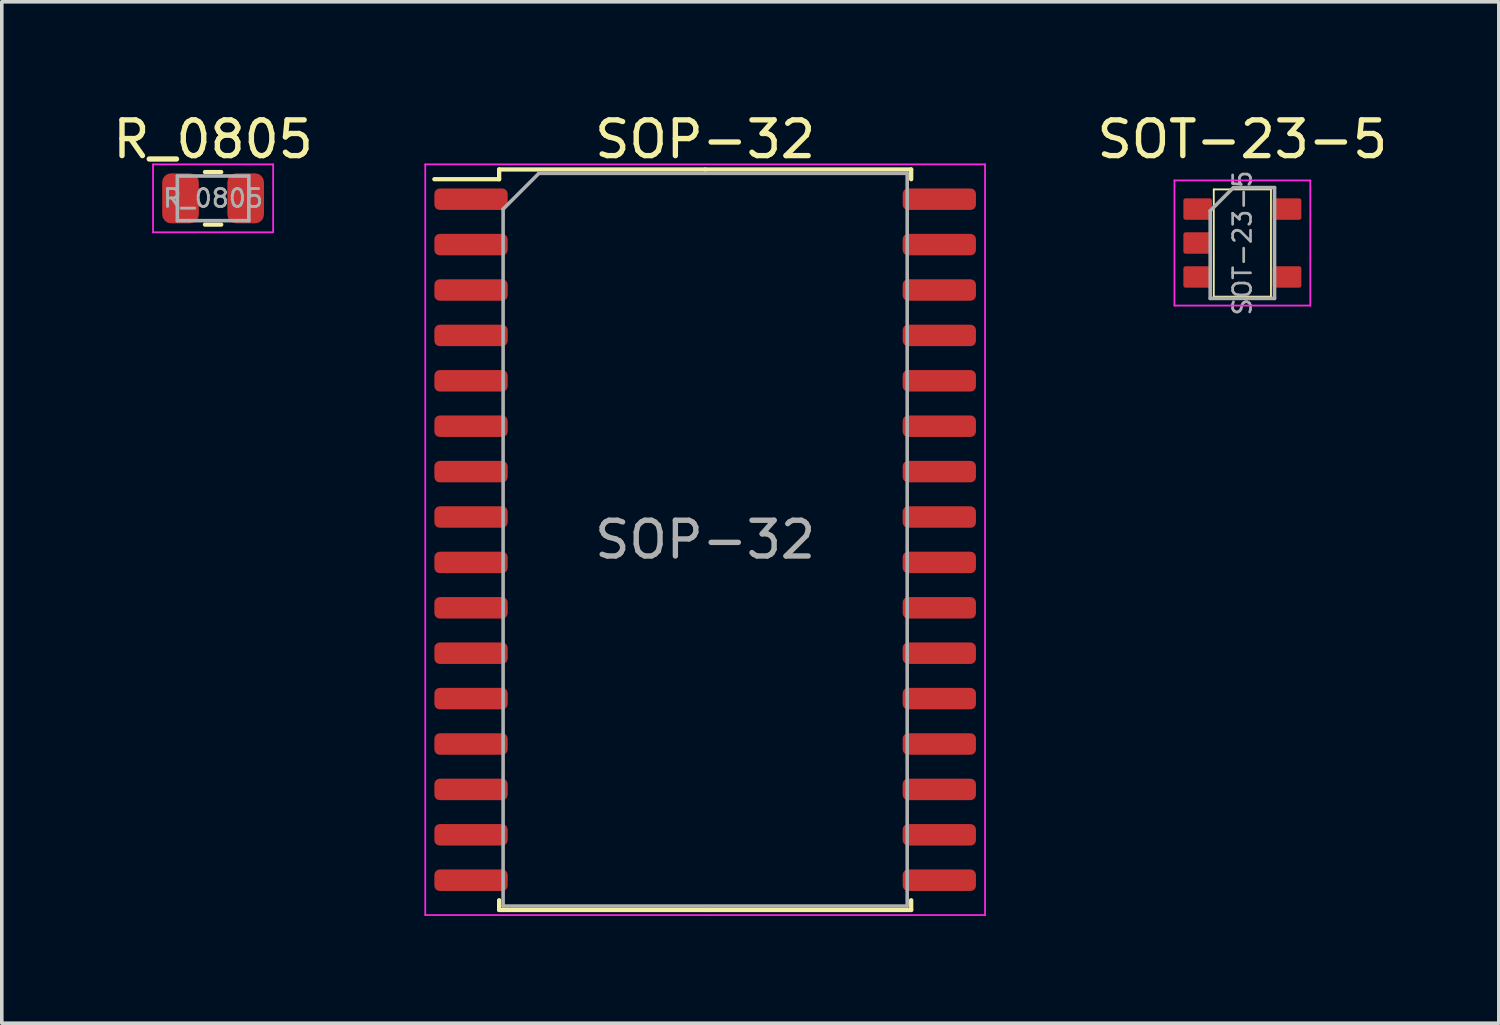
<source format=kicad_pcb>
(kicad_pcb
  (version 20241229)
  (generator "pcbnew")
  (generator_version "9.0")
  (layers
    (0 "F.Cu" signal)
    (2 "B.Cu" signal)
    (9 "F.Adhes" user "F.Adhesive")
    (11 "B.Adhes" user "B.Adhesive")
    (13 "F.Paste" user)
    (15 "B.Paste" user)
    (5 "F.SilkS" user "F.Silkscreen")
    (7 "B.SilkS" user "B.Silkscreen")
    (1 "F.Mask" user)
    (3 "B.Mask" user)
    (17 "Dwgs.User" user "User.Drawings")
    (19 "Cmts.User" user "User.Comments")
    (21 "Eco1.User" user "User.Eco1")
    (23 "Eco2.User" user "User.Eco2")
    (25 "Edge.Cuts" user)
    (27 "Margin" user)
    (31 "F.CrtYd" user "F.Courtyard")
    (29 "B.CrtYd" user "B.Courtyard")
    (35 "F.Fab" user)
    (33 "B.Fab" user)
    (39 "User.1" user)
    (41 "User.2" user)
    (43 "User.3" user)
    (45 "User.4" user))
  (footprint "SOT-23-5"
    (layer "F.Cu")
    (at 31.704 3.748)
    (property "Reference" "SOT-23-5" (at 0 -2.9 0) (layer "F.SilkS") (effects (font (size 1 1) (thickness 0.15))))
    (attr smd)
    (fp_line (start -0.8 -1.5) (end -0.8 1.5) (stroke (width 0.051) (type solid)) (layer "F.SilkS"))
    (fp_line (start -0.8 1.5) (end 0.8 1.5) (stroke (width 0.051) (type solid)) (layer "F.SilkS"))
    (fp_line (start 0.8 -1.5) (end -0.8 -1.5) (stroke (width 0.051) (type solid)) (layer "F.SilkS"))
    (fp_line (start 0.8 1.5) (end 0.8 -1.5) (stroke (width 0.051) (type solid)) (layer "F.SilkS"))
    (fp_line (start -1.9 -1.75) (end 1.9 -1.75) (stroke (width 0.05) (type solid)) (layer "F.CrtYd"))
    (fp_line (start -1.9 1.75) (end -1.9 -1.75) (stroke (width 0.05) (type solid)) (layer "F.CrtYd"))
    (fp_line (start 1.9 -1.75) (end 1.9 1.75) (stroke (width 0.05) (type solid)) (layer "F.CrtYd"))
    (fp_line (start 1.9 1.75) (end -1.9 1.75) (stroke (width 0.05) (type solid)) (layer "F.CrtYd"))
    (fp_line (start -0.9 -0.9) (end -0.9 1.55) (stroke (width 0.1) (type solid)) (layer "F.Fab"))
    (fp_line (start -0.9 -0.9) (end -0.25 -1.55) (stroke (width 0.1) (type solid)) (layer "F.Fab"))
    (fp_line (start 0.9 -1.55) (end -0.25 -1.55) (stroke (width 0.1) (type solid)) (layer "F.Fab"))
    (fp_line (start 0.9 -1.55) (end 0.9 1.55) (stroke (width 0.1) (type solid)) (layer "F.Fab"))
    (fp_line (start 0.9 1.55) (end -0.9 1.55) (stroke (width 0.1) (type solid)) (layer "F.Fab"))
    (fp_text user "${REFERENCE}" (at 0 0 90) (layer "F.Fab") (effects (font (size 0.5 0.5) (thickness 0.075))))
    (pad "1" smd roundrect (at -1.25 -0.95) (size 0.8 0.6) (layers "F.Cu" "F.Mask" "F.Paste") (roundrect_rratio 0.1))
    (pad "2" smd roundrect (at -1.25 0) (size 0.8 0.6) (layers "F.Cu" "F.Mask" "F.Paste") (roundrect_rratio 0.1))
    (pad "3" smd roundrect (at -1.25 0.95) (size 0.8 0.6) (layers "F.Cu" "F.Mask" "F.Paste") (roundrect_rratio 0.1))
    (pad "4" smd roundrect (at 1.25 0.95) (size 0.8 0.6) (layers "F.Cu" "F.Mask" "F.Paste") (roundrect_rratio 0.1))
    (pad "5" smd roundrect (at 1.25 -0.95) (size 0.8 0.6) (layers "F.Cu" "F.Mask" "F.Paste") (roundrect_rratio 0.1)))
  (footprint "R_0805"
    (layer "F.Cu")
    (at 2.911 2.498)
    (property "Reference" "R_0805" (at 0 -1.65 0) (layer "F.SilkS") (effects (font (size 1 1) (thickness 0.15))))
    (attr smd)
    (fp_line (start -0.227 -0.735) (end 0.227 -0.735) (stroke (width 0.12) (type solid)) (layer "F.SilkS"))
    (fp_line (start -0.227 0.735) (end 0.227 0.735) (stroke (width 0.12) (type solid)) (layer "F.SilkS"))
    (fp_line (start -1.68 -0.95) (end 1.68 -0.95) (stroke (width 0.05) (type solid)) (layer "F.CrtYd"))
    (fp_line (start -1.68 0.95) (end -1.68 -0.95) (stroke (width 0.05) (type solid)) (layer "F.CrtYd"))
    (fp_line (start 1.68 -0.95) (end 1.68 0.95) (stroke (width 0.05) (type solid)) (layer "F.CrtYd"))
    (fp_line (start 1.68 0.95) (end -1.68 0.95) (stroke (width 0.05) (type solid)) (layer "F.CrtYd"))
    (fp_line (start -1 -0.625) (end 1 -0.625) (stroke (width 0.1) (type solid)) (layer "F.Fab"))
    (fp_line (start -1 0.625) (end -1 -0.625) (stroke (width 0.1) (type solid)) (layer "F.Fab"))
    (fp_line (start 1 -0.625) (end 1 0.625) (stroke (width 0.1) (type solid)) (layer "F.Fab"))
    (fp_line (start 1 0.625) (end -1 0.625) (stroke (width 0.1) (type solid)) (layer "F.Fab"))
    (fp_text user "${REFERENCE}" (at 0 0 0) (layer "F.Fab") (effects (font (size 0.5 0.5) (thickness 0.08))))
    (pad "1" smd roundrect (at -0.912 0) (size 1.025 1.4) (layers "F.Cu" "F.Mask" "F.Paste") (roundrect_rratio 0.244))
    (pad "2" smd roundrect (at 0.912 0) (size 1.025 1.4) (layers "F.Cu" "F.Mask" "F.Paste") (roundrect_rratio 0.244)))
  (footprint "SOP-32"
    (layer "F.Cu")
    (at 16.676 12.048)
    (property "Reference" "SOP-32" (at 0 -11.2 0) (layer "F.SilkS") (effects (font (size 1 1) (thickness 0.15))))
    (attr smd)
    (fp_line (start -5.763 -10.357) (end -5.763 -10.085) (stroke (width 0.12) (type solid)) (layer "F.SilkS"))
    (fp_line (start -5.763 -10.085) (end -7.575 -10.085) (stroke (width 0.12) (type solid)) (layer "F.SilkS"))
    (fp_line (start -5.763 10.357) (end -5.763 10.085) (stroke (width 0.12) (type solid)) (layer "F.SilkS"))
    (fp_line (start 0 -10.357) (end -5.763 -10.357) (stroke (width 0.12) (type solid)) (layer "F.SilkS"))
    (fp_line (start 0 -10.357) (end 5.763 -10.357) (stroke (width 0.12) (type solid)) (layer "F.SilkS"))
    (fp_line (start 0 10.357) (end -5.763 10.357) (stroke (width 0.12) (type solid)) (layer "F.SilkS"))
    (fp_line (start 0 10.357) (end 5.763 10.357) (stroke (width 0.12) (type solid)) (layer "F.SilkS"))
    (fp_line (start 5.763 -10.357) (end 5.763 -10.085) (stroke (width 0.12) (type solid)) (layer "F.SilkS"))
    (fp_line (start 5.763 10.357) (end 5.763 10.085) (stroke (width 0.12) (type solid)) (layer "F.SilkS"))
    (fp_line (start -7.83 -10.5) (end -7.83 10.5) (stroke (width 0.05) (type solid)) (layer "F.CrtYd"))
    (fp_line (start -7.83 10.5) (end 7.83 10.5) (stroke (width 0.05) (type solid)) (layer "F.CrtYd"))
    (fp_line (start 7.83 -10.5) (end -7.83 -10.5) (stroke (width 0.05) (type solid)) (layer "F.CrtYd"))
    (fp_line (start 7.83 10.5) (end 7.83 -10.5) (stroke (width 0.05) (type solid)) (layer "F.CrtYd"))
    (fp_line (start -5.652 -9.248) (end -4.652 -10.248) (stroke (width 0.1) (type solid)) (layer "F.Fab"))
    (fp_line (start -5.652 10.248) (end -5.652 -9.248) (stroke (width 0.1) (type solid)) (layer "F.Fab"))
    (fp_line (start -4.652 -10.248) (end 5.652 -10.248) (stroke (width 0.1) (type solid)) (layer "F.Fab"))
    (fp_line (start 5.652 -10.248) (end 5.652 10.248) (stroke (width 0.1) (type solid)) (layer "F.Fab"))
    (fp_line (start 5.652 10.248) (end -5.652 10.248) (stroke (width 0.1) (type solid)) (layer "F.Fab"))
    (fp_text user "${REFERENCE}" (at 0 0 0) (layer "F.Fab") (effects (font (size 1 1) (thickness 0.15))))
    (pad "1" smd roundrect (at -6.55 -9.525) (size 2.05 0.6) (layers "F.Cu" "F.Mask" "F.Paste") (roundrect_rratio 0.25))
    (pad "2" smd roundrect (at -6.55 -8.255) (size 2.05 0.6) (layers "F.Cu" "F.Mask" "F.Paste") (roundrect_rratio 0.25))
    (pad "3" smd roundrect (at -6.55 -6.985) (size 2.05 0.6) (layers "F.Cu" "F.Mask" "F.Paste") (roundrect_rratio 0.25))
    (pad "4" smd roundrect (at -6.55 -5.715) (size 2.05 0.6) (layers "F.Cu" "F.Mask" "F.Paste") (roundrect_rratio 0.25))
    (pad "5" smd roundrect (at -6.55 -4.445) (size 2.05 0.6) (layers "F.Cu" "F.Mask" "F.Paste") (roundrect_rratio 0.25))
    (pad "6" smd roundrect (at -6.55 -3.175) (size 2.05 0.6) (layers "F.Cu" "F.Mask" "F.Paste") (roundrect_rratio 0.25))
    (pad "7" smd roundrect (at -6.55 -1.905) (size 2.05 0.6) (layers "F.Cu" "F.Mask" "F.Paste") (roundrect_rratio 0.25))
    (pad "8" smd roundrect (at -6.55 -0.635) (size 2.05 0.6) (layers "F.Cu" "F.Mask" "F.Paste") (roundrect_rratio 0.25))
    (pad "9" smd roundrect (at -6.55 0.635) (size 2.05 0.6) (layers "F.Cu" "F.Mask" "F.Paste") (roundrect_rratio 0.25))
    (pad "10" smd roundrect (at -6.55 1.905) (size 2.05 0.6) (layers "F.Cu" "F.Mask" "F.Paste") (roundrect_rratio 0.25))
    (pad "11" smd roundrect (at -6.55 3.175) (size 2.05 0.6) (layers "F.Cu" "F.Mask" "F.Paste") (roundrect_rratio 0.25))
    (pad "12" smd roundrect (at -6.55 4.445) (size 2.05 0.6) (layers "F.Cu" "F.Mask" "F.Paste") (roundrect_rratio 0.25))
    (pad "13" smd roundrect (at -6.55 5.715) (size 2.05 0.6) (layers "F.Cu" "F.Mask" "F.Paste") (roundrect_rratio 0.25))
    (pad "14" smd roundrect (at -6.55 6.985) (size 2.05 0.6) (layers "F.Cu" "F.Mask" "F.Paste") (roundrect_rratio 0.25))
    (pad "15" smd roundrect (at -6.55 8.255) (size 2.05 0.6) (layers "F.Cu" "F.Mask" "F.Paste") (roundrect_rratio 0.25))
    (pad "16" smd roundrect (at -6.55 9.525) (size 2.05 0.6) (layers "F.Cu" "F.Mask" "F.Paste") (roundrect_rratio 0.25))
    (pad "17" smd roundrect (at 6.55 9.525) (size 2.05 0.6) (layers "F.Cu" "F.Mask" "F.Paste") (roundrect_rratio 0.25))
    (pad "18" smd roundrect (at 6.55 8.255) (size 2.05 0.6) (layers "F.Cu" "F.Mask" "F.Paste") (roundrect_rratio 0.25))
    (pad "19" smd roundrect (at 6.55 6.985) (size 2.05 0.6) (layers "F.Cu" "F.Mask" "F.Paste") (roundrect_rratio 0.25))
    (pad "20" smd roundrect (at 6.55 5.715) (size 2.05 0.6) (layers "F.Cu" "F.Mask" "F.Paste") (roundrect_rratio 0.25))
    (pad "21" smd roundrect (at 6.55 4.445) (size 2.05 0.6) (layers "F.Cu" "F.Mask" "F.Paste") (roundrect_rratio 0.25))
    (pad "22" smd roundrect (at 6.55 3.175) (size 2.05 0.6) (layers "F.Cu" "F.Mask" "F.Paste") (roundrect_rratio 0.25))
    (pad "23" smd roundrect (at 6.55 1.905) (size 2.05 0.6) (layers "F.Cu" "F.Mask" "F.Paste") (roundrect_rratio 0.25))
    (pad "24" smd roundrect (at 6.55 0.635) (size 2.05 0.6) (layers "F.Cu" "F.Mask" "F.Paste") (roundrect_rratio 0.25))
    (pad "25" smd roundrect (at 6.55 -0.635) (size 2.05 0.6) (layers "F.Cu" "F.Mask" "F.Paste") (roundrect_rratio 0.25))
    (pad "26" smd roundrect (at 6.55 -1.905) (size 2.05 0.6) (layers "F.Cu" "F.Mask" "F.Paste") (roundrect_rratio 0.25))
    (pad "27" smd roundrect (at 6.55 -3.175) (size 2.05 0.6) (layers "F.Cu" "F.Mask" "F.Paste") (roundrect_rratio 0.25))
    (pad "28" smd roundrect (at 6.55 -4.445) (size 2.05 0.6) (layers "F.Cu" "F.Mask" "F.Paste") (roundrect_rratio 0.25))
    (pad "29" smd roundrect (at 6.55 -5.715) (size 2.05 0.6) (layers "F.Cu" "F.Mask" "F.Paste") (roundrect_rratio 0.25))
    (pad "30" smd roundrect (at 6.55 -6.985) (size 2.05 0.6) (layers "F.Cu" "F.Mask" "F.Paste") (roundrect_rratio 0.25))
    (pad "31" smd roundrect (at 6.55 -8.255) (size 2.05 0.6) (layers "F.Cu" "F.Mask" "F.Paste") (roundrect_rratio 0.25))
    (pad "32" smd roundrect (at 6.55 -9.525) (size 2.05 0.6) (layers "F.Cu" "F.Mask" "F.Paste") (roundrect_rratio 0.25)))
  (gr_rect
    (start -3 -3)
    (end 38.877 25.573)
    (stroke (width 0.1) (type default))
    (fill no)
    (layer "Edge.Cuts")))
</source>
